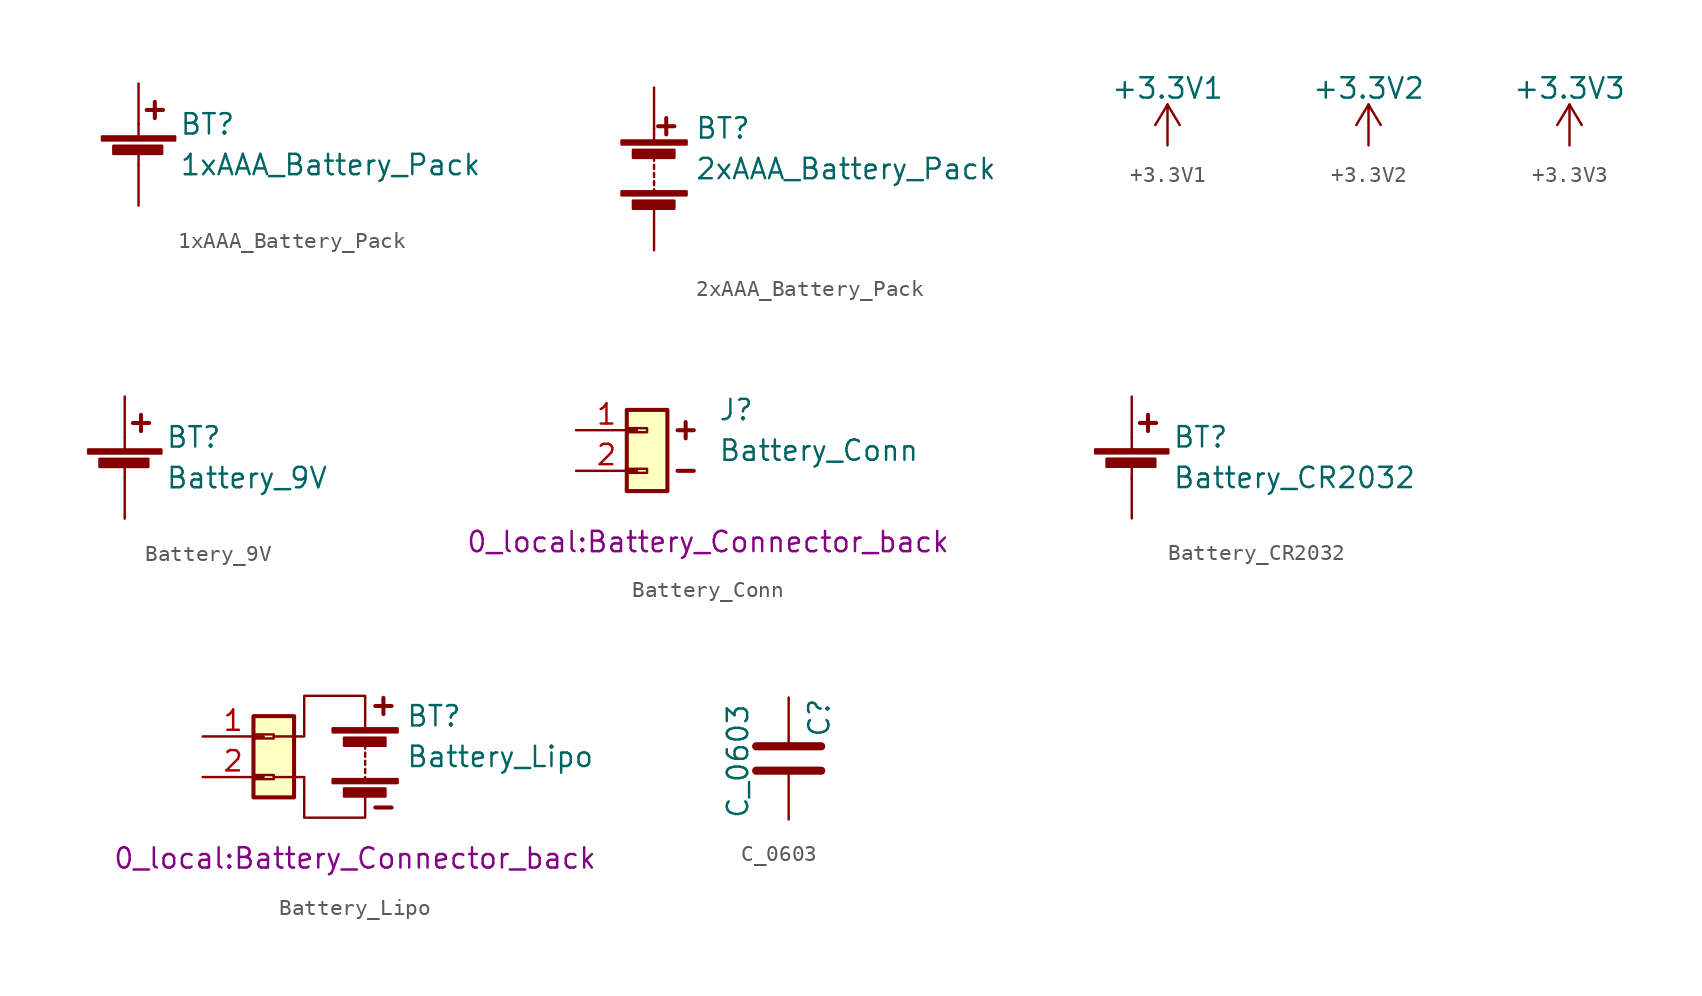
<source format=kicad_sym>
(kicad_symbol_lib
  (version 20220914)
  (generator kicad_symbol_editor)
  (symbol "1xAAA_Battery_Pack"
    (pin_numbers hide)
    (pin_names
      (offset 0) hide)
    (property "Reference" "BT"
      (at 2.54 2.54 0)
      (effects (font (size 1.27 1.27)) (justify left)))
    (property "Value" "1xAAA_Battery_Pack"
      (at 2.54 0 0)
      (effects (font (size 1.27 1.27)) (justify left)))
    (symbol "1xAAA_Battery_Pack_0_1"
      (rectangle (start -2.286 1.778) (end 2.286 1.524) (stroke (width 0) (type default)) (fill (type outline)))
      (rectangle (start -1.575 1.194) (end 1.473 0.686) (stroke (width 0) (type default)) (fill (type outline)))
      (polyline (pts (xy 0 0.762) (xy 0 0)) (stroke (width 0) (type default)) (fill (type none)))
      (polyline (pts (xy 0 1.778) (xy 0 2.54)) (stroke (width 0) (type default)) (fill (type none)))
      (polyline (pts (xy 0.508 3.429) (xy 1.524 3.429)) (stroke (width 0.254) (type default)) (fill (type none)))
      (polyline (pts (xy 1.016 3.937) (xy 1.016 2.921)) (stroke (width 0.254) (type default)) (fill (type none))))
    (symbol "1xAAA_Battery_Pack_1_1"
      (pin passive line (at 0 5.08 270) (length 2.54) (name "+" (effects (font (size 1.27 1.27)))) (number "1" (effects (font (size 1.27 1.27)))))
      (pin passive line (at 0 -2.54 90) (length 2.54) (name "-" (effects (font (size 1.27 1.27)))) (number "2" (effects (font (size 1.27 1.27)))))))
  (symbol "2xAAA_Battery_Pack"
    (pin_numbers hide)
    (pin_names
      (offset 0) hide)
    (property "Reference" "BT"
      (at 2.54 2.54 0)
      (effects (font (size 1.27 1.27)) (justify left)))
    (property "Value" "2xAAA_Battery_Pack"
      (at 2.54 0 0)
      (effects (font (size 1.27 1.27)) (justify left)))
    (symbol "2xAAA_Battery_Pack_0_1"
      (rectangle (start -2.032 -1.397) (end 2.032 -1.651) (stroke (width 0) (type default)) (fill (type outline)))
      (rectangle (start -2.032 1.778) (end 2.032 1.524) (stroke (width 0) (type default)) (fill (type outline)))
      (rectangle (start -1.321 -1.981) (end 1.27 -2.489) (stroke (width 0) (type default)) (fill (type outline)))
      (rectangle (start -1.321 1.194) (end 1.27 0.686) (stroke (width 0) (type default)) (fill (type outline)))
      (polyline (pts (xy 0 -1.524) (xy 0 -1.27)) (stroke (width 0) (type default)) (fill (type none)))
      (polyline (pts (xy 0 -1.016) (xy 0 -0.762)) (stroke (width 0) (type default)) (fill (type none)))
      (polyline (pts (xy 0 -0.508) (xy 0 -0.254)) (stroke (width 0) (type default)) (fill (type none)))
      (polyline (pts (xy 0 0) (xy 0 0.254)) (stroke (width 0) (type default)) (fill (type none)))
      (polyline (pts (xy 0 0.508) (xy 0 0.762)) (stroke (width 0) (type default)) (fill (type none)))
      (polyline (pts (xy 0 1.778) (xy 0 2.54)) (stroke (width 0) (type default)) (fill (type none)))
      (polyline (pts (xy 0.254 2.667) (xy 1.27 2.667)) (stroke (width 0.254) (type default)) (fill (type none)))
      (polyline (pts (xy 0.762 3.175) (xy 0.762 2.159)) (stroke (width 0.254) (type default)) (fill (type none))))
    (symbol "2xAAA_Battery_Pack_1_1"
      (pin passive line (at 0 5.08 270) (length 2.54) (name "+" (effects (font (size 1.27 1.27)))) (number "1" (effects (font (size 1.27 1.27)))))
      (pin passive line (at 0 -5.08 90) (length 2.54) (name "-" (effects (font (size 1.27 1.27)))) (number "2" (effects (font (size 1.27 1.27)))))))
  (symbol "+3.3V1"
    (power)
    (pin_names
      (offset 0))
    (property "Reference" "#PWR"
      (at 0 -3.81 0)
      (effects (font (size 1.27 1.27)) hide))
    (property "Value" "+3.3V1"
      (at 0 3.556 0)
      (effects (font (size 1.27 1.27))))
    (symbol "+3.3V1_0_1"
      (polyline (pts (xy -0.762 1.27) (xy 0 2.54)) (stroke (width 0) (type default)) (fill (type none)))
      (polyline (pts (xy 0 0) (xy 0 2.54)) (stroke (width 0) (type default)) (fill (type none)))
      (polyline (pts (xy 0 2.54) (xy 0.762 1.27)) (stroke (width 0) (type default)) (fill (type none))))
    (symbol "+3.3V1_1_1"
      (pin power_in line (at 0 0 90) (length 0) hide (name "+3.3V1" (effects (font (size 1.27 1.27)))) (number "1" (effects (font (size 1.27 1.27)))))))
  (symbol "+3.3V2"
    (power)
    (pin_names
      (offset 0))
    (property "Reference" "#PWR"
      (at 0 -3.81 0)
      (effects (font (size 1.27 1.27)) hide))
    (property "Value" "+3.3V2"
      (at 0 3.556 0)
      (effects (font (size 1.27 1.27))))
    (symbol "+3.3V2_0_1"
      (polyline (pts (xy -0.762 1.27) (xy 0 2.54)) (stroke (width 0) (type default)) (fill (type none)))
      (polyline (pts (xy 0 0) (xy 0 2.54)) (stroke (width 0) (type default)) (fill (type none)))
      (polyline (pts (xy 0 2.54) (xy 0.762 1.27)) (stroke (width 0) (type default)) (fill (type none))))
    (symbol "+3.3V2_1_1"
      (pin power_in line (at 0 0 90) (length 0) hide (name "+3.3V2" (effects (font (size 1.27 1.27)))) (number "1" (effects (font (size 1.27 1.27)))))))
  (symbol "+3.3V3"
    (power)
    (pin_names
      (offset 0))
    (property "Reference" "#PWR"
      (at 0 -3.81 0)
      (effects (font (size 1.27 1.27)) hide))
    (property "Value" "+3.3V3"
      (at 0 3.556 0)
      (effects (font (size 1.27 1.27))))
    (symbol "+3.3V3_0_1"
      (polyline (pts (xy -0.762 1.27) (xy 0 2.54)) (stroke (width 0) (type default)) (fill (type none)))
      (polyline (pts (xy 0 0) (xy 0 2.54)) (stroke (width 0) (type default)) (fill (type none)))
      (polyline (pts (xy 0 2.54) (xy 0.762 1.27)) (stroke (width 0) (type default)) (fill (type none))))
    (symbol "+3.3V3_1_1"
      (pin power_in line (at 0 0 90) (length 0) hide (name "+3.3V3" (effects (font (size 1.27 1.27)))) (number "1" (effects (font (size 1.27 1.27)))))))
  (symbol "Battery_9V"
    (pin_numbers hide)
    (pin_names
      (offset 0) hide)
    (property "Reference" "BT"
      (at 2.54 2.54 0)
      (effects (font (size 1.27 1.27)) (justify left)))
    (property "Value" "Battery_9V"
      (at 2.54 0 0)
      (effects (font (size 1.27 1.27)) (justify left)))
    (symbol "Battery_9V_0_1"
      (rectangle (start -2.286 1.778) (end 2.286 1.524) (stroke (width 0) (type default)) (fill (type outline)))
      (rectangle (start -1.575 1.194) (end 1.473 0.686) (stroke (width 0) (type default)) (fill (type outline)))
      (polyline (pts (xy 0 0.762) (xy 0 0)) (stroke (width 0) (type default)) (fill (type none)))
      (polyline (pts (xy 0 1.778) (xy 0 2.54)) (stroke (width 0) (type default)) (fill (type none)))
      (polyline (pts (xy 0.508 3.429) (xy 1.524 3.429)) (stroke (width 0.254) (type default)) (fill (type none)))
      (polyline (pts (xy 1.016 3.937) (xy 1.016 2.921)) (stroke (width 0.254) (type default)) (fill (type none))))
    (symbol "Battery_9V_1_1"
      (pin passive line (at 0 5.08 270) (length 2.54) (name "+" (effects (font (size 1.27 1.27)))) (number "1" (effects (font (size 1.27 1.27)))))
      (pin passive line (at 0 -2.54 90) (length 2.54) (name "-" (effects (font (size 1.27 1.27)))) (number "2" (effects (font (size 1.27 1.27)))))))
  (symbol "Battery_Conn"
    (pin_names
      (offset 0) hide)
    (property "Reference" "J"
      (at -1.27 2.54 0)
      (effects (font (size 1.27 1.27)) (justify left)))
    (property "Value" "Battery_Conn"
      (at -1.27 0 0)
      (effects (font (size 1.27 1.27)) (justify left)))
    (property "Footprint" "0_local:Battery_Connector_back"
      (at -1.905 -5.715 0)
      (effects (font (size 1.27 1.27))))
    (symbol "Battery_Conn_0_1"
      (polyline (pts (xy -3.81 -1.27) (xy -2.794 -1.27)) (stroke (width 0.254) (type default)) (fill (type none)))
      (polyline (pts (xy -3.81 1.27) (xy -2.794 1.27)) (stroke (width 0.254) (type default)) (fill (type none)))
      (polyline (pts (xy -3.302 1.778) (xy -3.302 0.762)) (stroke (width 0.254) (type default)) (fill (type none))))
    (symbol "Battery_Conn_1_1"
      (rectangle (start -6.985 -1.143) (end -5.715 -1.397) (stroke (width 0.152) (type default)) (fill (type none)))
      (rectangle (start -6.985 1.397) (end -5.715 1.143) (stroke (width 0.152) (type default)) (fill (type none)))
      (rectangle (start -6.985 2.54) (end -4.445 -2.54) (stroke (width 0.254) (type default)) (fill (type background)))
      (pin passive line (at -10.16 1.27 0) (length 3.81) (name "Pin_1" (effects (font (size 1.27 1.27)))) (number "1" (effects (font (size 1.27 1.27)))))
      (pin passive line (at -10.16 -1.27 0) (length 3.81) (name "Pin_2" (effects (font (size 1.27 1.27)))) (number "2" (effects (font (size 1.27 1.27)))))))
  (symbol "Battery_CR2032"
    (pin_numbers hide)
    (pin_names
      (offset 0) hide)
    (property "Reference" "BT"
      (at 2.54 2.54 0)
      (effects (font (size 1.27 1.27)) (justify left)))
    (property "Value" "Battery_CR2032"
      (at 2.54 0 0)
      (effects (font (size 1.27 1.27)) (justify left)))
    (symbol "Battery_CR2032_0_1"
      (rectangle (start -2.286 1.778) (end 2.286 1.524) (stroke (width 0) (type default)) (fill (type outline)))
      (rectangle (start -1.575 1.194) (end 1.473 0.686) (stroke (width 0) (type default)) (fill (type outline)))
      (polyline (pts (xy 0 0.762) (xy 0 0)) (stroke (width 0) (type default)) (fill (type none)))
      (polyline (pts (xy 0 1.778) (xy 0 2.54)) (stroke (width 0) (type default)) (fill (type none)))
      (polyline (pts (xy 0.508 3.429) (xy 1.524 3.429)) (stroke (width 0.254) (type default)) (fill (type none)))
      (polyline (pts (xy 1.016 3.937) (xy 1.016 2.921)) (stroke (width 0.254) (type default)) (fill (type none))))
    (symbol "Battery_CR2032_1_1"
      (pin passive line (at 0 5.08 270) (length 2.54) (name "+" (effects (font (size 1.27 1.27)))) (number "1" (effects (font (size 1.27 1.27)))))
      (pin passive line (at 0 -2.54 90) (length 2.54) (name "-" (effects (font (size 1.27 1.27)))) (number "2" (effects (font (size 1.27 1.27)))))))
  (symbol "Battery_Lipo"
    (pin_names
      (offset 0) hide)
    (property "Reference" "BT"
      (at 2.54 2.54 0)
      (effects (font (size 1.27 1.27)) (justify left)))
    (property "Value" "Battery_Lipo"
      (at 2.54 0 0)
      (effects (font (size 1.27 1.27)) (justify left)))
    (property "Footprint" "0_local:Battery_Connector_back"
      (at -0.635 -6.35 0)
      (effects (font (size 1.27 1.27))))
    (symbol "Battery_Lipo_0_1"
      (rectangle (start -2.032 -1.397) (end 2.032 -1.651) (stroke (width 0) (type default)) (fill (type outline)))
      (rectangle (start -2.032 1.778) (end 2.032 1.524) (stroke (width 0) (type default)) (fill (type outline)))
      (rectangle (start -1.321 -1.981) (end 1.27 -2.489) (stroke (width 0) (type default)) (fill (type outline)))
      (rectangle (start -1.321 1.194) (end 1.27 0.686) (stroke (width 0) (type default)) (fill (type outline)))
      (polyline (pts (xy 0 -1.524) (xy 0 -1.27)) (stroke (width 0) (type default)) (fill (type none)))
      (polyline (pts (xy 0 -1.016) (xy 0 -0.762)) (stroke (width 0) (type default)) (fill (type none)))
      (polyline (pts (xy 0 -0.508) (xy 0 -0.254)) (stroke (width 0) (type default)) (fill (type none)))
      (polyline (pts (xy 0 0) (xy 0 0.254)) (stroke (width 0) (type default)) (fill (type none)))
      (polyline (pts (xy 0 0.508) (xy 0 0.762)) (stroke (width 0) (type default)) (fill (type none)))
      (polyline (pts (xy 0 1.778) (xy 0 2.54)) (stroke (width 0) (type default)) (fill (type none)))
      (polyline (pts (xy 0.635 -3.175) (xy 1.651 -3.175)) (stroke (width 0.254) (type default)) (fill (type none)))
      (polyline (pts (xy 0.635 3.175) (xy 1.651 3.175)) (stroke (width 0.254) (type default)) (fill (type none)))
      (polyline (pts (xy 1.143 3.683) (xy 1.143 2.667)) (stroke (width 0.254) (type default)) (fill (type none)))
      (polyline (pts (xy -5.715 -1.27) (xy -3.81 -1.27) (xy -3.81 -3.81) (xy 0 -3.81) (xy 0 -2.54)) (stroke (width 0) (type default)) (fill (type none)))
      (polyline (pts (xy -5.715 1.27) (xy -3.81 1.27) (xy -3.81 3.81) (xy 0 3.81) (xy 0 2.54)) (stroke (width 0) (type default)) (fill (type none))))
    (symbol "Battery_Lipo_1_1"
      (rectangle (start -6.985 -1.143) (end -5.715 -1.397) (stroke (width 0.152) (type default)) (fill (type none)))
      (rectangle (start -6.985 1.397) (end -5.715 1.143) (stroke (width 0.152) (type default)) (fill (type none)))
      (rectangle (start -6.985 2.54) (end -4.445 -2.54) (stroke (width 0.254) (type default)) (fill (type background)))
      (pin passive line (at -10.16 1.27 0) (length 3.81) (name "Pin_1" (effects (font (size 1.27 1.27)))) (number "1" (effects (font (size 1.27 1.27)))))
      (pin passive line (at -10.16 -1.27 0) (length 3.81) (name "Pin_2" (effects (font (size 1.27 1.27)))) (number "2" (effects (font (size 1.27 1.27)))))))
  (symbol "C_0603"
    (pin_numbers hide)
    (pin_names
      (offset 0.254))
    (property "Reference" "C"
      (at 1.905 1.27 90)
      (effects (font (size 1.27 1.27)) (justify left)))
    (property "Value" "C_0603"
      (at -3.175 -3.81 90)
      (effects (font (size 1.27 1.27)) (justify left)))
    (symbol "C_0603_0_1"
      (polyline (pts (xy -2.032 -0.762) (xy 2.032 -0.762)) (stroke (width 0.508) (type default)) (fill (type none)))
      (polyline (pts (xy -2.032 0.762) (xy 2.032 0.762)) (stroke (width 0.508) (type default)) (fill (type none))))
    (symbol "C_0603_1_1"
      (pin passive line (at 0 3.81 270) (length 2.794) (name "~" (effects (font (size 1.27 1.27)))) (number "1" (effects (font (size 1.27 1.27)))))
      (pin passive line (at 0 -3.81 90) (length 2.794) (name "~" (effects (font (size 1.27 1.27)))) (number "2" (effects (font (size 1.27 1.27))))))))
</source>
